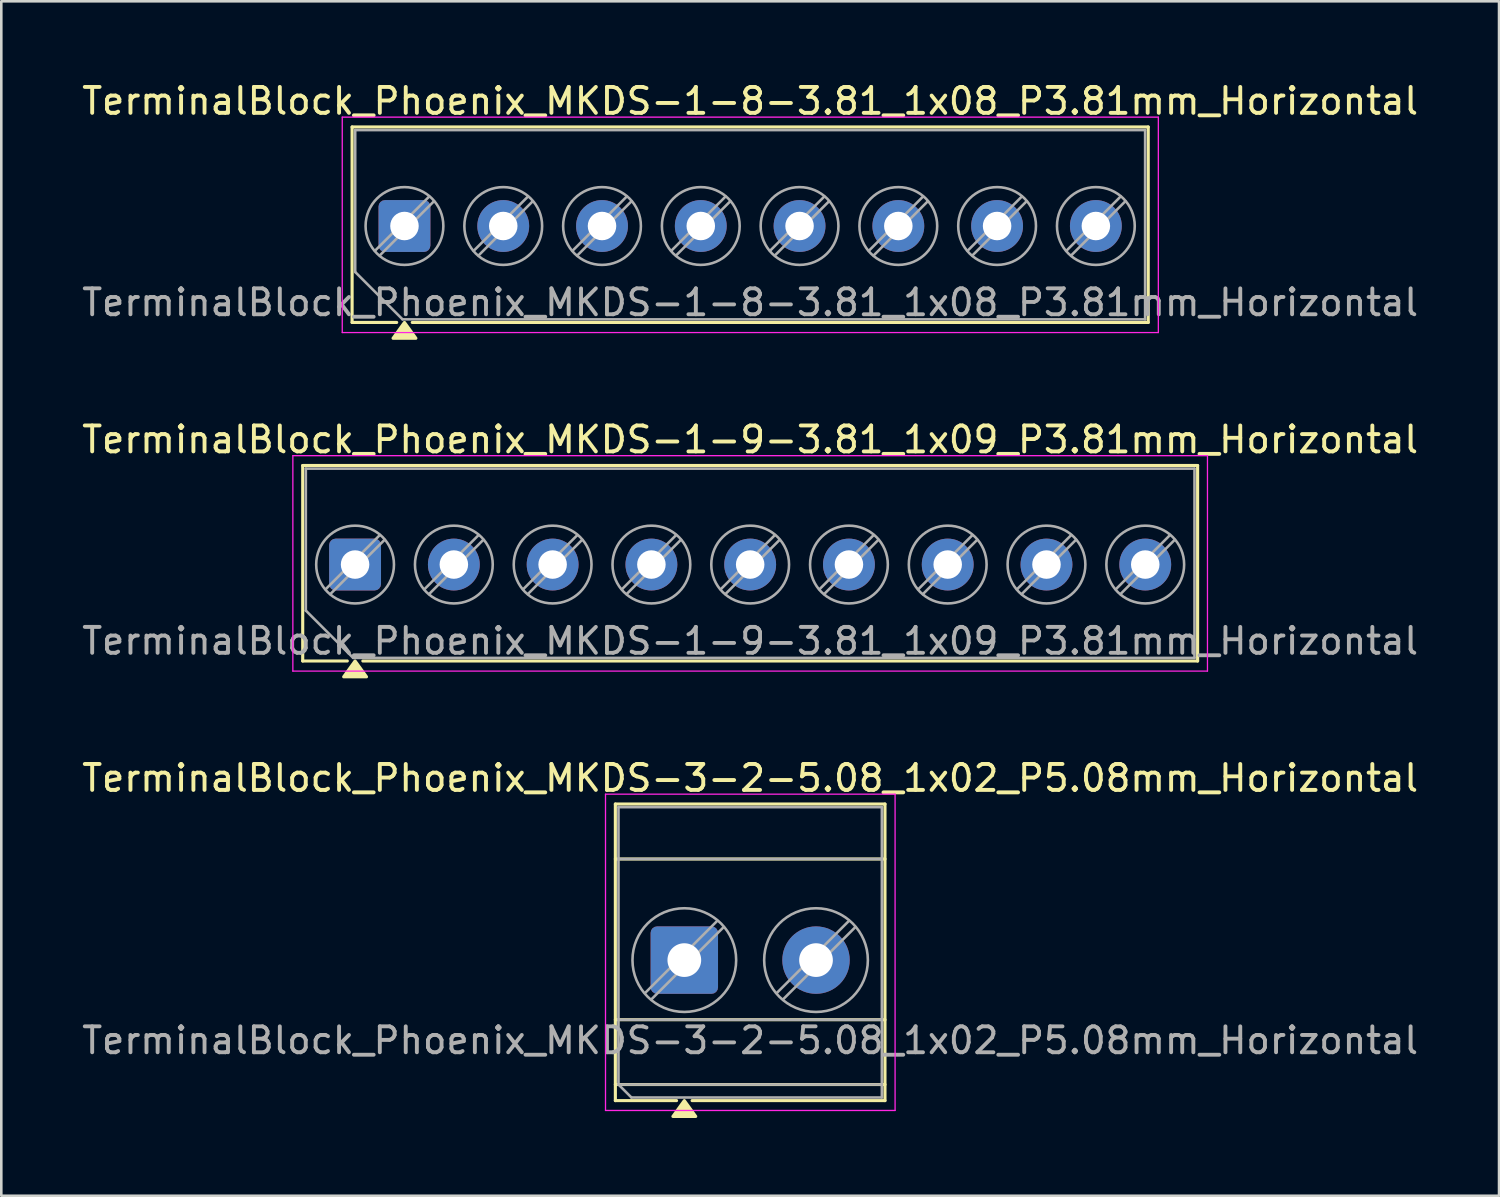
<source format=kicad_pcb>
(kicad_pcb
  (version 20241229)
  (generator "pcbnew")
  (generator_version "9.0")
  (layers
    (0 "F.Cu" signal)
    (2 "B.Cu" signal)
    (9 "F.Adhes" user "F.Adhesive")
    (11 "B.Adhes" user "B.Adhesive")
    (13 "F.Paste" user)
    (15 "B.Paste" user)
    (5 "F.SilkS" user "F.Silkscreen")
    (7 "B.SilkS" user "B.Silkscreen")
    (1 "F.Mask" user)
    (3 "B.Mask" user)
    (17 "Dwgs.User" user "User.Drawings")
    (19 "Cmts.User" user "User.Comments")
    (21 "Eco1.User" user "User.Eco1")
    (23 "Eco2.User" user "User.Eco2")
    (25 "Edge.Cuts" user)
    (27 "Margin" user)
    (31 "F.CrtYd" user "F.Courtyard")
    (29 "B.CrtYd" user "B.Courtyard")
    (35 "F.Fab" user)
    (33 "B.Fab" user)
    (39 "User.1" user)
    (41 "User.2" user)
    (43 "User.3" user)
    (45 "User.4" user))
  (footprint "TerminalBlock_Phoenix_MKDS-1-8-3.81_1x08_P3.81mm_Horizontal"
    (layer "F.Cu")
    (at 12.552 5.668)
    (property "Reference" "TerminalBlock_Phoenix_MKDS-1-8-3.81_1x08_P3.81mm_Horizontal" (at 13.335 -4.82 0) (layer "F.SilkS") (effects (font (size 1 1) (thickness 0.15))))
    (attr through_hole)
    (fp_line (start -2.02 -3.82) (end -2.02 3.72) (stroke (width 0.12) (type solid)) (layer "F.SilkS"))
    (fp_line (start -2.02 -3.82) (end 28.69 -3.82) (stroke (width 0.12) (type solid)) (layer "F.SilkS"))
    (fp_line (start -2.02 3.72) (end -0.3 3.72) (stroke (width 0.12) (type solid)) (layer "F.SilkS"))
    (fp_line (start 0.3 3.72) (end 28.69 3.72) (stroke (width 0.12) (type solid)) (layer "F.SilkS"))
    (fp_line (start 28.69 -3.82) (end 28.69 3.72) (stroke (width 0.12) (type solid)) (layer "F.SilkS"))
    (fp_poly (pts (xy 0 3.72) (xy 0.44 4.33) (xy -0.44 4.33)) (stroke (width 0.12) (type solid)) (fill yes) (layer "F.SilkS"))
    (fp_line (start -2.4 -4.2) (end -2.4 4.11) (stroke (width 0.05) (type solid)) (layer "F.CrtYd"))
    (fp_line (start -2.4 4.11) (end 29.08 4.11) (stroke (width 0.05) (type solid)) (layer "F.CrtYd"))
    (fp_line (start 29.08 -4.2) (end -2.4 -4.2) (stroke (width 0.05) (type solid)) (layer "F.CrtYd"))
    (fp_line (start 29.08 4.11) (end 29.08 -4.2) (stroke (width 0.05) (type solid)) (layer "F.CrtYd"))
    (fp_line (start -1.9 -3.7) (end 28.57 -3.7) (stroke (width 0.1) (type solid)) (layer "F.Fab"))
    (fp_line (start -1.9 1.775) (end -1.9 -3.7) (stroke (width 0.1) (type solid)) (layer "F.Fab"))
    (fp_line (start -0.075 3.6) (end -1.9 1.775) (stroke (width 0.1) (type solid)) (layer "F.Fab"))
    (fp_line (start 0.955 -1.138) (end -1.138 0.955) (stroke (width 0.1) (type solid)) (layer "F.Fab"))
    (fp_line (start 1.138 -0.955) (end -0.955 1.138) (stroke (width 0.1) (type solid)) (layer "F.Fab"))
    (fp_line (start 4.765 -1.138) (end 2.672 0.955) (stroke (width 0.1) (type solid)) (layer "F.Fab"))
    (fp_line (start 4.948 -0.955) (end 2.855 1.138) (stroke (width 0.1) (type solid)) (layer "F.Fab"))
    (fp_line (start 8.575 -1.138) (end 6.482 0.955) (stroke (width 0.1) (type solid)) (layer "F.Fab"))
    (fp_line (start 8.758 -0.955) (end 6.665 1.138) (stroke (width 0.1) (type solid)) (layer "F.Fab"))
    (fp_line (start 12.385 -1.138) (end 10.292 0.955) (stroke (width 0.1) (type solid)) (layer "F.Fab"))
    (fp_line (start 12.568 -0.955) (end 10.475 1.138) (stroke (width 0.1) (type solid)) (layer "F.Fab"))
    (fp_line (start 16.195 -1.138) (end 14.102 0.955) (stroke (width 0.1) (type solid)) (layer "F.Fab"))
    (fp_line (start 16.378 -0.955) (end 14.285 1.138) (stroke (width 0.1) (type solid)) (layer "F.Fab"))
    (fp_line (start 20.005 -1.138) (end 17.912 0.955) (stroke (width 0.1) (type solid)) (layer "F.Fab"))
    (fp_line (start 20.188 -0.955) (end 18.095 1.138) (stroke (width 0.1) (type solid)) (layer "F.Fab"))
    (fp_line (start 23.815 -1.138) (end 21.722 0.955) (stroke (width 0.1) (type solid)) (layer "F.Fab"))
    (fp_line (start 23.998 -0.955) (end 21.905 1.138) (stroke (width 0.1) (type solid)) (layer "F.Fab"))
    (fp_line (start 27.625 -1.138) (end 25.532 0.955) (stroke (width 0.1) (type solid)) (layer "F.Fab"))
    (fp_line (start 27.808 -0.955) (end 25.715 1.138) (stroke (width 0.1) (type solid)) (layer "F.Fab"))
    (fp_line (start 28.57 -3.7) (end 28.57 3.6) (stroke (width 0.1) (type solid)) (layer "F.Fab"))
    (fp_line (start 28.57 3.6) (end -0.075 3.6) (stroke (width 0.1) (type solid)) (layer "F.Fab"))
    (fp_circle (center 0 0) (end 1.5 0) (stroke (width 0.1) (type solid)) (fill no) (layer "F.Fab"))
    (fp_circle (center 3.81 0) (end 5.31 0) (stroke (width 0.1) (type solid)) (fill no) (layer "F.Fab"))
    (fp_circle (center 7.62 0) (end 9.12 0) (stroke (width 0.1) (type solid)) (fill no) (layer "F.Fab"))
    (fp_circle (center 11.43 0) (end 12.93 0) (stroke (width 0.1) (type solid)) (fill no) (layer "F.Fab"))
    (fp_circle (center 15.24 0) (end 16.74 0) (stroke (width 0.1) (type solid)) (fill no) (layer "F.Fab"))
    (fp_circle (center 19.05 0) (end 20.55 0) (stroke (width 0.1) (type solid)) (fill no) (layer "F.Fab"))
    (fp_circle (center 22.86 0) (end 24.36 0) (stroke (width 0.1) (type solid)) (fill no) (layer "F.Fab"))
    (fp_circle (center 26.67 0) (end 28.17 0) (stroke (width 0.1) (type solid)) (fill no) (layer "F.Fab"))
    (fp_text user "${REFERENCE}" (at 13.335 2.95 0) (layer "F.Fab") (effects (font (size 1 1) (thickness 0.15))))
    (pad "1" thru_hole roundrect (at 0 0) (size 2 2) (drill 1.1) (layers "*.Cu" "*.Mask") (roundrect_rratio 0.125))
    (pad "2" thru_hole circle (at 3.81 0) (size 2 2) (drill 1.1) (layers "*.Cu" "*.Mask"))
    (pad "3" thru_hole circle (at 7.62 0) (size 2 2) (drill 1.1) (layers "*.Cu" "*.Mask"))
    (pad "4" thru_hole circle (at 11.43 0) (size 2 2) (drill 1.1) (layers "*.Cu" "*.Mask"))
    (pad "5" thru_hole circle (at 15.24 0) (size 2 2) (drill 1.1) (layers "*.Cu" "*.Mask"))
    (pad "6" thru_hole circle (at 19.05 0) (size 2 2) (drill 1.1) (layers "*.Cu" "*.Mask"))
    (pad "7" thru_hole circle (at 22.86 0) (size 2 2) (drill 1.1) (layers "*.Cu" "*.Mask"))
    (pad "8" thru_hole circle (at 26.67 0) (size 2 2) (drill 1.1) (layers "*.Cu" "*.Mask")))
  (footprint "TerminalBlock_Phoenix_MKDS-1-9-3.81_1x09_P3.81mm_Horizontal"
    (layer "F.Cu")
    (at 10.647 18.727)
    (property "Reference" "TerminalBlock_Phoenix_MKDS-1-9-3.81_1x09_P3.81mm_Horizontal" (at 15.24 -4.82 0) (layer "F.SilkS") (effects (font (size 1 1) (thickness 0.15))))
    (attr through_hole)
    (fp_line (start -2.02 -3.82) (end -2.02 3.72) (stroke (width 0.12) (type solid)) (layer "F.SilkS"))
    (fp_line (start -2.02 -3.82) (end 32.5 -3.82) (stroke (width 0.12) (type solid)) (layer "F.SilkS"))
    (fp_line (start -2.02 3.72) (end -0.3 3.72) (stroke (width 0.12) (type solid)) (layer "F.SilkS"))
    (fp_line (start 0.3 3.72) (end 32.5 3.72) (stroke (width 0.12) (type solid)) (layer "F.SilkS"))
    (fp_line (start 32.5 -3.82) (end 32.5 3.72) (stroke (width 0.12) (type solid)) (layer "F.SilkS"))
    (fp_poly (pts (xy 0 3.72) (xy 0.44 4.33) (xy -0.44 4.33)) (stroke (width 0.12) (type solid)) (fill yes) (layer "F.SilkS"))
    (fp_line (start -2.4 -4.2) (end -2.4 4.11) (stroke (width 0.05) (type solid)) (layer "F.CrtYd"))
    (fp_line (start -2.4 4.11) (end 32.88 4.11) (stroke (width 0.05) (type solid)) (layer "F.CrtYd"))
    (fp_line (start 32.88 -4.2) (end -2.4 -4.2) (stroke (width 0.05) (type solid)) (layer "F.CrtYd"))
    (fp_line (start 32.88 4.11) (end 32.88 -4.2) (stroke (width 0.05) (type solid)) (layer "F.CrtYd"))
    (fp_line (start -1.9 -3.7) (end 32.38 -3.7) (stroke (width 0.1) (type solid)) (layer "F.Fab"))
    (fp_line (start -1.9 1.775) (end -1.9 -3.7) (stroke (width 0.1) (type solid)) (layer "F.Fab"))
    (fp_line (start -0.075 3.6) (end -1.9 1.775) (stroke (width 0.1) (type solid)) (layer "F.Fab"))
    (fp_line (start 0.955 -1.138) (end -1.138 0.955) (stroke (width 0.1) (type solid)) (layer "F.Fab"))
    (fp_line (start 1.138 -0.955) (end -0.955 1.138) (stroke (width 0.1) (type solid)) (layer "F.Fab"))
    (fp_line (start 4.765 -1.138) (end 2.672 0.955) (stroke (width 0.1) (type solid)) (layer "F.Fab"))
    (fp_line (start 4.948 -0.955) (end 2.855 1.138) (stroke (width 0.1) (type solid)) (layer "F.Fab"))
    (fp_line (start 8.575 -1.138) (end 6.482 0.955) (stroke (width 0.1) (type solid)) (layer "F.Fab"))
    (fp_line (start 8.758 -0.955) (end 6.665 1.138) (stroke (width 0.1) (type solid)) (layer "F.Fab"))
    (fp_line (start 12.385 -1.138) (end 10.292 0.955) (stroke (width 0.1) (type solid)) (layer "F.Fab"))
    (fp_line (start 12.568 -0.955) (end 10.475 1.138) (stroke (width 0.1) (type solid)) (layer "F.Fab"))
    (fp_line (start 16.195 -1.138) (end 14.102 0.955) (stroke (width 0.1) (type solid)) (layer "F.Fab"))
    (fp_line (start 16.378 -0.955) (end 14.285 1.138) (stroke (width 0.1) (type solid)) (layer "F.Fab"))
    (fp_line (start 20.005 -1.138) (end 17.912 0.955) (stroke (width 0.1) (type solid)) (layer "F.Fab"))
    (fp_line (start 20.188 -0.955) (end 18.095 1.138) (stroke (width 0.1) (type solid)) (layer "F.Fab"))
    (fp_line (start 23.815 -1.138) (end 21.722 0.955) (stroke (width 0.1) (type solid)) (layer "F.Fab"))
    (fp_line (start 23.998 -0.955) (end 21.905 1.138) (stroke (width 0.1) (type solid)) (layer "F.Fab"))
    (fp_line (start 27.625 -1.138) (end 25.532 0.955) (stroke (width 0.1) (type solid)) (layer "F.Fab"))
    (fp_line (start 27.808 -0.955) (end 25.715 1.138) (stroke (width 0.1) (type solid)) (layer "F.Fab"))
    (fp_line (start 31.435 -1.138) (end 29.342 0.955) (stroke (width 0.1) (type solid)) (layer "F.Fab"))
    (fp_line (start 31.618 -0.955) (end 29.525 1.138) (stroke (width 0.1) (type solid)) (layer "F.Fab"))
    (fp_line (start 32.38 -3.7) (end 32.38 3.6) (stroke (width 0.1) (type solid)) (layer "F.Fab"))
    (fp_line (start 32.38 3.6) (end -0.075 3.6) (stroke (width 0.1) (type solid)) (layer "F.Fab"))
    (fp_circle (center 0 0) (end 1.5 0) (stroke (width 0.1) (type solid)) (fill no) (layer "F.Fab"))
    (fp_circle (center 3.81 0) (end 5.31 0) (stroke (width 0.1) (type solid)) (fill no) (layer "F.Fab"))
    (fp_circle (center 7.62 0) (end 9.12 0) (stroke (width 0.1) (type solid)) (fill no) (layer "F.Fab"))
    (fp_circle (center 11.43 0) (end 12.93 0) (stroke (width 0.1) (type solid)) (fill no) (layer "F.Fab"))
    (fp_circle (center 15.24 0) (end 16.74 0) (stroke (width 0.1) (type solid)) (fill no) (layer "F.Fab"))
    (fp_circle (center 19.05 0) (end 20.55 0) (stroke (width 0.1) (type solid)) (fill no) (layer "F.Fab"))
    (fp_circle (center 22.86 0) (end 24.36 0) (stroke (width 0.1) (type solid)) (fill no) (layer "F.Fab"))
    (fp_circle (center 26.67 0) (end 28.17 0) (stroke (width 0.1) (type solid)) (fill no) (layer "F.Fab"))
    (fp_circle (center 30.48 0) (end 31.98 0) (stroke (width 0.1) (type solid)) (fill no) (layer "F.Fab"))
    (fp_text user "${REFERENCE}" (at 15.24 2.95 0) (layer "F.Fab") (effects (font (size 1 1) (thickness 0.15))))
    (pad "1" thru_hole roundrect (at 0 0) (size 2 2) (drill 1.1) (layers "*.Cu" "*.Mask") (roundrect_rratio 0.125))
    (pad "2" thru_hole circle (at 3.81 0) (size 2 2) (drill 1.1) (layers "*.Cu" "*.Mask"))
    (pad "3" thru_hole circle (at 7.62 0) (size 2 2) (drill 1.1) (layers "*.Cu" "*.Mask"))
    (pad "4" thru_hole circle (at 11.43 0) (size 2 2) (drill 1.1) (layers "*.Cu" "*.Mask"))
    (pad "5" thru_hole circle (at 15.24 0) (size 2 2) (drill 1.1) (layers "*.Cu" "*.Mask"))
    (pad "6" thru_hole circle (at 19.05 0) (size 2 2) (drill 1.1) (layers "*.Cu" "*.Mask"))
    (pad "7" thru_hole circle (at 22.86 0) (size 2 2) (drill 1.1) (layers "*.Cu" "*.Mask"))
    (pad "8" thru_hole circle (at 26.67 0) (size 2 2) (drill 1.1) (layers "*.Cu" "*.Mask"))
    (pad "9" thru_hole circle (at 30.48 0) (size 2 2) (drill 1.1) (layers "*.Cu" "*.Mask")))
  (footprint "TerminalBlock_Phoenix_MKDS-3-2-5.08_1x02_P5.08mm_Horizontal"
    (layer "F.Cu")
    (at 23.347 33.985)
    (property "Reference" "TerminalBlock_Phoenix_MKDS-3-2-5.08_1x02_P5.08mm_Horizontal" (at 2.54 -7.02 0) (layer "F.SilkS") (effects (font (size 1 1) (thickness 0.15))))
    (attr through_hole)
    (fp_line (start -2.66 -6.02) (end -2.66 5.42) (stroke (width 0.12) (type solid)) (layer "F.SilkS"))
    (fp_line (start -2.66 -6.02) (end 7.74 -6.02) (stroke (width 0.12) (type solid)) (layer "F.SilkS"))
    (fp_line (start -2.66 -3.9) (end 7.74 -3.9) (stroke (width 0.12) (type solid)) (layer "F.SilkS"))
    (fp_line (start -2.66 2.3) (end 7.74 2.3) (stroke (width 0.12) (type solid)) (layer "F.SilkS"))
    (fp_line (start -2.66 4.8) (end 7.74 4.8) (stroke (width 0.12) (type solid)) (layer "F.SilkS"))
    (fp_line (start -2.66 5.42) (end -0.3 5.42) (stroke (width 0.12) (type solid)) (layer "F.SilkS"))
    (fp_line (start 0.3 5.42) (end 7.74 5.42) (stroke (width 0.12) (type solid)) (layer "F.SilkS"))
    (fp_line (start 7.74 -6.02) (end 7.74 5.42) (stroke (width 0.12) (type solid)) (layer "F.SilkS"))
    (fp_poly (pts (xy 0 5.42) (xy 0.44 6.03) (xy -0.44 6.03)) (stroke (width 0.12) (type solid)) (fill yes) (layer "F.SilkS"))
    (fp_line (start -3.04 -6.4) (end -3.04 5.8) (stroke (width 0.05) (type solid)) (layer "F.CrtYd"))
    (fp_line (start -3.04 5.8) (end 8.13 5.8) (stroke (width 0.05) (type solid)) (layer "F.CrtYd"))
    (fp_line (start 8.13 -6.4) (end -3.04 -6.4) (stroke (width 0.05) (type solid)) (layer "F.CrtYd"))
    (fp_line (start 8.13 5.8) (end 8.13 -6.4) (stroke (width 0.05) (type solid)) (layer "F.CrtYd"))
    (fp_line (start -2.54 -5.9) (end 7.62 -5.9) (stroke (width 0.1) (type solid)) (layer "F.Fab"))
    (fp_line (start -2.54 -3.9) (end 7.62 -3.9) (stroke (width 0.1) (type solid)) (layer "F.Fab"))
    (fp_line (start -2.54 2.3) (end 7.62 2.3) (stroke (width 0.1) (type solid)) (layer "F.Fab"))
    (fp_line (start -2.54 4.8) (end -2.54 -5.9) (stroke (width 0.1) (type solid)) (layer "F.Fab"))
    (fp_line (start -2.54 4.8) (end 7.62 4.8) (stroke (width 0.1) (type solid)) (layer "F.Fab"))
    (fp_line (start -2.04 5.3) (end -2.54 4.8) (stroke (width 0.1) (type solid)) (layer "F.Fab"))
    (fp_line (start 1.273 -1.517) (end -1.517 1.272) (stroke (width 0.1) (type solid)) (layer "F.Fab"))
    (fp_line (start 1.517 -1.273) (end -1.273 1.517) (stroke (width 0.1) (type solid)) (layer "F.Fab"))
    (fp_line (start 6.353 -1.517) (end 3.563 1.272) (stroke (width 0.1) (type solid)) (layer "F.Fab"))
    (fp_line (start 6.597 -1.273) (end 3.807 1.517) (stroke (width 0.1) (type solid)) (layer "F.Fab"))
    (fp_line (start 7.62 -5.9) (end 7.62 5.3) (stroke (width 0.1) (type solid)) (layer "F.Fab"))
    (fp_line (start 7.62 5.3) (end -2.04 5.3) (stroke (width 0.1) (type solid)) (layer "F.Fab"))
    (fp_circle (center 0 0) (end 2 0) (stroke (width 0.1) (type solid)) (fill no) (layer "F.Fab"))
    (fp_circle (center 5.08 0) (end 7.08 0) (stroke (width 0.1) (type solid)) (fill no) (layer "F.Fab"))
    (fp_text user "${REFERENCE}" (at 2.54 3.1 0) (layer "F.Fab") (effects (font (size 1 1) (thickness 0.15))))
    (pad "1" thru_hole roundrect (at 0 0) (size 2.6 2.6) (drill 1.3) (layers "*.Cu" "*.Mask") (roundrect_rratio 0.096))
    (pad "2" thru_hole circle (at 5.08 0) (size 2.6 2.6) (drill 1.3) (layers "*.Cu" "*.Mask")))
  (gr_rect
    (start -3 -3)
    (end 54.774 43.075)
    (stroke (width 0.1) (type default))
    (fill no)
    (layer "Edge.Cuts")))
</source>
